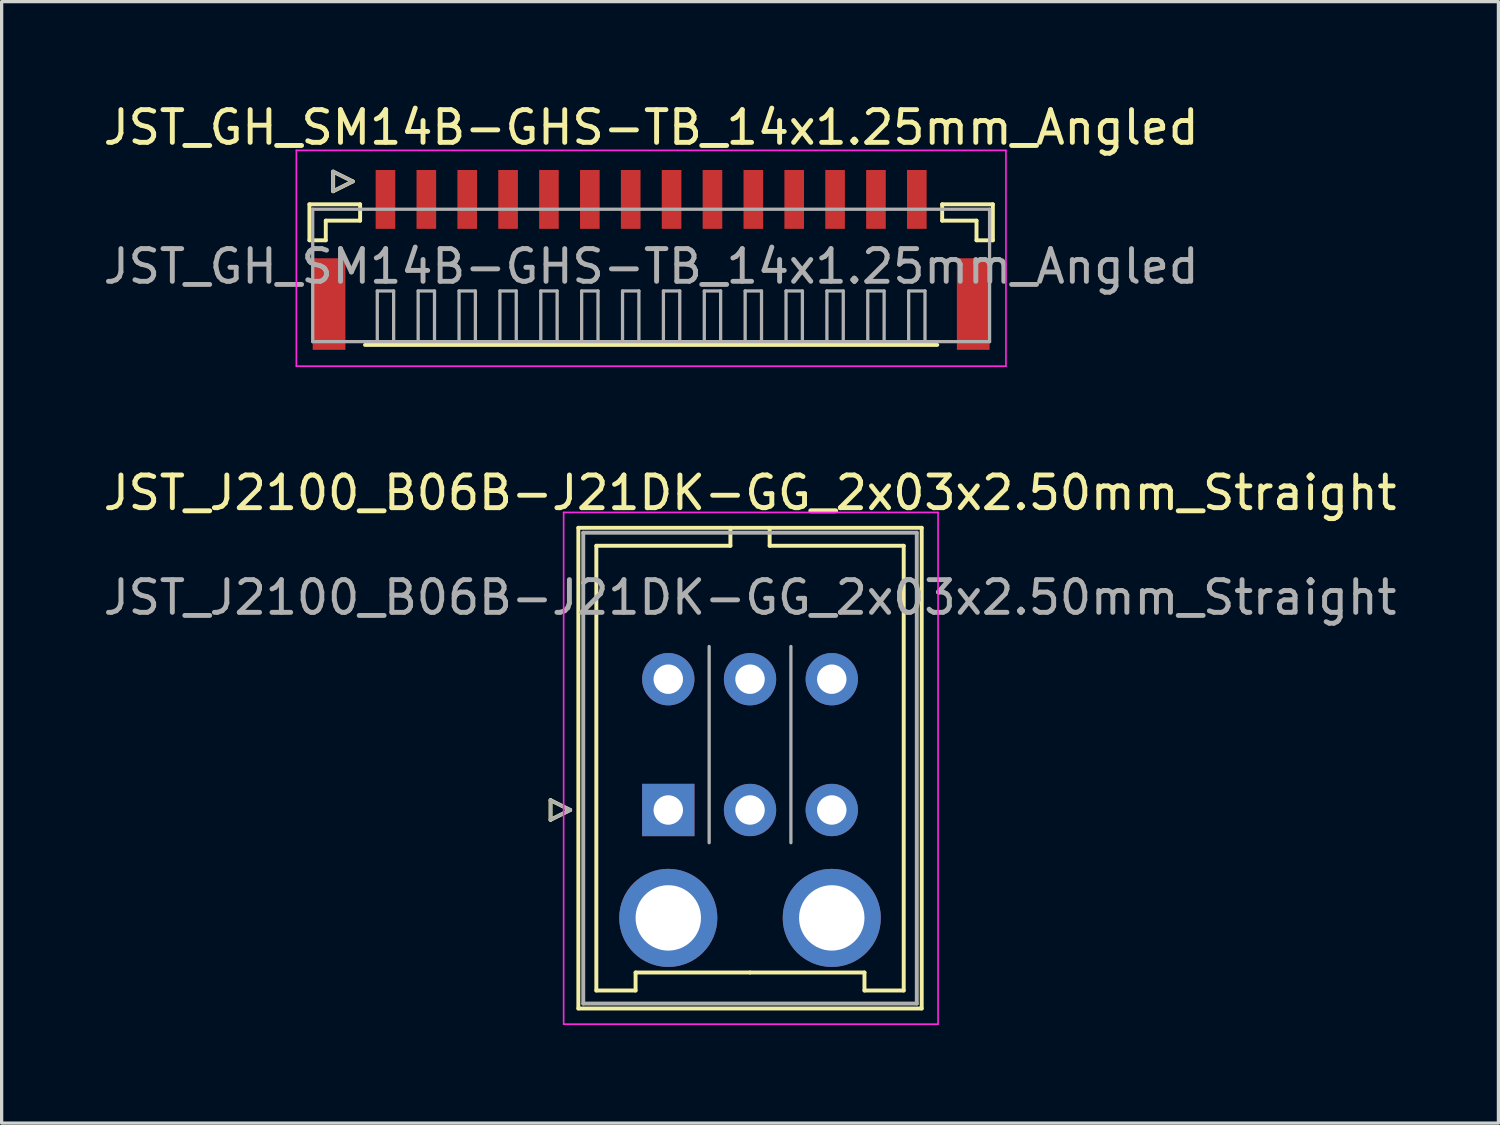
<source format=kicad_pcb>
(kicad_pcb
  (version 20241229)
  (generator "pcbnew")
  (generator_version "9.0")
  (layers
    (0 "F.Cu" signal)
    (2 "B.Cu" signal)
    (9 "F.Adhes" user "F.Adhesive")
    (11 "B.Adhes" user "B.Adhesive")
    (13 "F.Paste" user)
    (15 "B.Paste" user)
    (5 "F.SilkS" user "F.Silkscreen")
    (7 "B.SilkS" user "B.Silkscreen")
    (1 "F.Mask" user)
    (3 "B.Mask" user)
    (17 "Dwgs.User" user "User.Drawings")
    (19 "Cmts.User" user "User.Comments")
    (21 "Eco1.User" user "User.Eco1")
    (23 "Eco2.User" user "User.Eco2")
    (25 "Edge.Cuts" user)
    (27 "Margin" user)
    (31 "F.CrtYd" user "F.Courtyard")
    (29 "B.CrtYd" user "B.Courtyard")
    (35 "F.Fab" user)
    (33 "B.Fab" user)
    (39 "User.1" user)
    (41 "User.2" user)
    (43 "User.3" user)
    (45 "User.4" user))
  (footprint "JST_J2100_B06B-J21DK-GG_2x03x2.50mm_Straight"
    (layer "F.Cu")
    (at 17.387 21.721)
    (property "Reference" "JST_J2100_B06B-J21DK-GG_2x03x2.50mm_Straight" (at 2.5 -9.7 0) (layer "F.SilkS") (effects (font (size 1 1) (thickness 0.15))))
    (attr through_hole)
    (fp_line (start -3.6 -0.3) (end -3 0) (stroke (width 0.12) (type solid)) (layer "F.SilkS"))
    (fp_line (start -3.6 0.3) (end -3.6 -0.3) (stroke (width 0.12) (type solid)) (layer "F.SilkS"))
    (fp_line (start -3 0) (end -3.6 0.3) (stroke (width 0.12) (type solid)) (layer "F.SilkS"))
    (fp_line (start -2.75 -8.63) (end -2.75 6.07) (stroke (width 0.12) (type solid)) (layer "F.SilkS"))
    (fp_line (start -2.75 6.07) (end 7.75 6.07) (stroke (width 0.12) (type solid)) (layer "F.SilkS"))
    (fp_line (start -2.2 -8.08) (end -2.2 5.52) (stroke (width 0.12) (type solid)) (layer "F.SilkS"))
    (fp_line (start -2.2 5.52) (end -1 5.52) (stroke (width 0.12) (type solid)) (layer "F.SilkS"))
    (fp_line (start -1 4.97) (end 2.5 4.97) (stroke (width 0.12) (type solid)) (layer "F.SilkS"))
    (fp_line (start -1 5.52) (end -1 4.97) (stroke (width 0.12) (type solid)) (layer "F.SilkS"))
    (fp_line (start 1.9 -8.63) (end 1.9 -8.08) (stroke (width 0.12) (type solid)) (layer "F.SilkS"))
    (fp_line (start 1.9 -8.08) (end -2.2 -8.08) (stroke (width 0.12) (type solid)) (layer "F.SilkS"))
    (fp_line (start 3.1 -8.63) (end 3.1 -8.08) (stroke (width 0.12) (type solid)) (layer "F.SilkS"))
    (fp_line (start 3.1 -8.08) (end 7.2 -8.08) (stroke (width 0.12) (type solid)) (layer "F.SilkS"))
    (fp_line (start 6 4.97) (end 2.5 4.97) (stroke (width 0.12) (type solid)) (layer "F.SilkS"))
    (fp_line (start 6 5.52) (end 6 4.97) (stroke (width 0.12) (type solid)) (layer "F.SilkS"))
    (fp_line (start 7.2 -8.08) (end 7.2 5.52) (stroke (width 0.12) (type solid)) (layer "F.SilkS"))
    (fp_line (start 7.2 5.52) (end 6 5.52) (stroke (width 0.12) (type solid)) (layer "F.SilkS"))
    (fp_line (start 7.75 -8.63) (end -2.75 -8.63) (stroke (width 0.12) (type solid)) (layer "F.SilkS"))
    (fp_line (start 7.75 6.07) (end 7.75 -8.63) (stroke (width 0.12) (type solid)) (layer "F.SilkS"))
    (fp_line (start -3.2 -9.1) (end -3.2 6.55) (stroke (width 0.05) (type solid)) (layer "F.CrtYd"))
    (fp_line (start -3.2 6.55) (end 8.25 6.55) (stroke (width 0.05) (type solid)) (layer "F.CrtYd"))
    (fp_line (start 8.25 -9.1) (end -3.2 -9.1) (stroke (width 0.05) (type solid)) (layer "F.CrtYd"))
    (fp_line (start 8.25 6.55) (end 8.25 -9.1) (stroke (width 0.05) (type solid)) (layer "F.CrtYd"))
    (fp_line (start -3.6 -0.3) (end -3 0) (stroke (width 0.1) (type solid)) (layer "F.Fab"))
    (fp_line (start -3.6 0.3) (end -3.6 -0.3) (stroke (width 0.1) (type solid)) (layer "F.Fab"))
    (fp_line (start -3 0) (end -3.6 0.3) (stroke (width 0.1) (type solid)) (layer "F.Fab"))
    (fp_line (start -2.6 -8.48) (end -2.6 5.92) (stroke (width 0.12) (type solid)) (layer "F.Fab"))
    (fp_line (start -2.6 5.92) (end 7.6 5.92) (stroke (width 0.12) (type solid)) (layer "F.Fab"))
    (fp_line (start 1.25 1) (end 1.25 -5) (stroke (width 0.1) (type solid)) (layer "F.Fab"))
    (fp_line (start 3.75 1) (end 3.75 -5) (stroke (width 0.1) (type solid)) (layer "F.Fab"))
    (fp_line (start 7.6 -8.48) (end -2.6 -8.48) (stroke (width 0.12) (type solid)) (layer "F.Fab"))
    (fp_line (start 7.6 5.92) (end 7.6 -8.48) (stroke (width 0.12) (type solid)) (layer "F.Fab"))
    (fp_text user "${REFERENCE}" (at 2.5 -6.5 0) (layer "F.Fab") (effects (font (size 1 1) (thickness 0.15))))
    (pad "" thru_hole circle (at 0 3.3) (size 3 3) (drill 2) (layers "*.Cu" "*.Mask"))
    (pad "" thru_hole circle (at 5 3.3) (size 3 3) (drill 2) (layers "*.Cu" "*.Mask"))
    (pad "1" thru_hole rect (at 0 0) (size 1.6 1.6) (drill 0.9) (layers "*.Cu" "*.Mask"))
    (pad "2" thru_hole circle (at 0 -4) (size 1.6 1.6) (drill 0.9) (layers "*.Cu" "*.Mask"))
    (pad "3" thru_hole circle (at 2.5 0) (size 1.6 1.6) (drill 0.9) (layers "*.Cu" "*.Mask"))
    (pad "4" thru_hole circle (at 2.5 -4) (size 1.6 1.6) (drill 0.9) (layers "*.Cu" "*.Mask"))
    (pad "5" thru_hole circle (at 5 0) (size 1.6 1.6) (drill 0.9) (layers "*.Cu" "*.Mask"))
    (pad "6" thru_hole circle (at 5 -4) (size 1.6 1.6) (drill 0.9) (layers "*.Cu" "*.Mask")))
  (footprint "JST_GH_SM14B-GHS-TB_14x1.25mm_Angled"
    (layer "F.Cu")
    (at 16.863 4.648)
    (property "Reference" "JST_GH_SM14B-GHS-TB_14x1.25mm_Angled" (at 0 -3.8 0) (layer "F.SilkS") (effects (font (size 1 1) (thickness 0.15))))
    (attr smd)
    (fp_line (start -10.45 -1.45) (end -8.9 -1.45) (stroke (width 0.12) (type solid)) (layer "F.SilkS"))
    (fp_line (start -10.45 -0.35) (end -10.45 -1.45) (stroke (width 0.12) (type solid)) (layer "F.SilkS"))
    (fp_line (start -9.95 -0.95) (end -9.95 -0.35) (stroke (width 0.12) (type solid)) (layer "F.SilkS"))
    (fp_line (start -9.95 -0.35) (end -10.45 -0.35) (stroke (width 0.12) (type solid)) (layer "F.SilkS"))
    (fp_line (start -9.725 -2.45) (end -9.725 -1.85) (stroke (width 0.12) (type solid)) (layer "F.SilkS"))
    (fp_line (start -9.725 -1.85) (end -9.125 -2.15) (stroke (width 0.12) (type solid)) (layer "F.SilkS"))
    (fp_line (start -9.125 -2.15) (end -9.725 -2.45) (stroke (width 0.12) (type solid)) (layer "F.SilkS"))
    (fp_line (start -8.9 -1.45) (end -8.9 -0.95) (stroke (width 0.12) (type solid)) (layer "F.SilkS"))
    (fp_line (start -8.9 -0.95) (end -9.95 -0.95) (stroke (width 0.12) (type solid)) (layer "F.SilkS"))
    (fp_line (start -8.75 2.85) (end 8.75 2.85) (stroke (width 0.12) (type solid)) (layer "F.SilkS"))
    (fp_line (start 8.9 -1.45) (end 8.9 -0.95) (stroke (width 0.12) (type solid)) (layer "F.SilkS"))
    (fp_line (start 8.9 -0.95) (end 9.95 -0.95) (stroke (width 0.12) (type solid)) (layer "F.SilkS"))
    (fp_line (start 9.95 -0.95) (end 9.95 -0.35) (stroke (width 0.12) (type solid)) (layer "F.SilkS"))
    (fp_line (start 9.95 -0.35) (end 10.45 -0.35) (stroke (width 0.12) (type solid)) (layer "F.SilkS"))
    (fp_line (start 10.45 -1.45) (end 8.9 -1.45) (stroke (width 0.12) (type solid)) (layer "F.SilkS"))
    (fp_line (start 10.45 -0.35) (end 10.45 -1.45) (stroke (width 0.12) (type solid)) (layer "F.SilkS"))
    (fp_line (start -10.85 -3.1) (end -10.85 3.5) (stroke (width 0.05) (type solid)) (layer "F.CrtYd"))
    (fp_line (start -10.85 3.5) (end 10.85 3.5) (stroke (width 0.05) (type solid)) (layer "F.CrtYd"))
    (fp_line (start 10.85 -3.1) (end -10.85 -3.1) (stroke (width 0.05) (type solid)) (layer "F.CrtYd"))
    (fp_line (start 10.85 3.5) (end 10.85 -3.1) (stroke (width 0.05) (type solid)) (layer "F.CrtYd"))
    (fp_line (start -10.35 -1.3) (end -10.35 2.75) (stroke (width 0.1) (type solid)) (layer "F.Fab"))
    (fp_line (start -10.35 2.75) (end 10.35 2.75) (stroke (width 0.1) (type solid)) (layer "F.Fab"))
    (fp_line (start -9.725 -2.45) (end -9.725 -1.85) (stroke (width 0.1) (type solid)) (layer "F.Fab"))
    (fp_line (start -9.725 -1.85) (end -9.125 -2.15) (stroke (width 0.1) (type solid)) (layer "F.Fab"))
    (fp_line (start -9.125 -2.15) (end -9.725 -2.45) (stroke (width 0.1) (type solid)) (layer "F.Fab"))
    (fp_line (start -8.375 1.2) (end -7.875 1.2) (stroke (width 0.1) (type solid)) (layer "F.Fab"))
    (fp_line (start -8.375 2.7) (end -8.375 1.2) (stroke (width 0.1) (type solid)) (layer "F.Fab"))
    (fp_line (start -7.875 1.2) (end -7.875 2.7) (stroke (width 0.1) (type solid)) (layer "F.Fab"))
    (fp_line (start -7.125 1.2) (end -6.625 1.2) (stroke (width 0.1) (type solid)) (layer "F.Fab"))
    (fp_line (start -7.125 2.7) (end -7.125 1.2) (stroke (width 0.1) (type solid)) (layer "F.Fab"))
    (fp_line (start -6.625 1.2) (end -6.625 2.7) (stroke (width 0.1) (type solid)) (layer "F.Fab"))
    (fp_line (start -5.875 1.2) (end -5.375 1.2) (stroke (width 0.1) (type solid)) (layer "F.Fab"))
    (fp_line (start -5.875 2.7) (end -5.875 1.2) (stroke (width 0.1) (type solid)) (layer "F.Fab"))
    (fp_line (start -5.375 1.2) (end -5.375 2.7) (stroke (width 0.1) (type solid)) (layer "F.Fab"))
    (fp_line (start -4.625 1.2) (end -4.125 1.2) (stroke (width 0.1) (type solid)) (layer "F.Fab"))
    (fp_line (start -4.625 2.7) (end -4.625 1.2) (stroke (width 0.1) (type solid)) (layer "F.Fab"))
    (fp_line (start -4.125 1.2) (end -4.125 2.7) (stroke (width 0.1) (type solid)) (layer "F.Fab"))
    (fp_line (start -3.375 1.2) (end -2.875 1.2) (stroke (width 0.1) (type solid)) (layer "F.Fab"))
    (fp_line (start -3.375 2.7) (end -3.375 1.2) (stroke (width 0.1) (type solid)) (layer "F.Fab"))
    (fp_line (start -2.875 1.2) (end -2.875 2.7) (stroke (width 0.1) (type solid)) (layer "F.Fab"))
    (fp_line (start -2.125 1.2) (end -1.625 1.2) (stroke (width 0.1) (type solid)) (layer "F.Fab"))
    (fp_line (start -2.125 2.7) (end -2.125 1.2) (stroke (width 0.1) (type solid)) (layer "F.Fab"))
    (fp_line (start -1.625 1.2) (end -1.625 2.7) (stroke (width 0.1) (type solid)) (layer "F.Fab"))
    (fp_line (start -0.875 1.2) (end -0.375 1.2) (stroke (width 0.1) (type solid)) (layer "F.Fab"))
    (fp_line (start -0.875 2.7) (end -0.875 1.2) (stroke (width 0.1) (type solid)) (layer "F.Fab"))
    (fp_line (start -0.375 1.2) (end -0.375 2.7) (stroke (width 0.1) (type solid)) (layer "F.Fab"))
    (fp_line (start 0.375 1.2) (end 0.875 1.2) (stroke (width 0.1) (type solid)) (layer "F.Fab"))
    (fp_line (start 0.375 2.7) (end 0.375 1.2) (stroke (width 0.1) (type solid)) (layer "F.Fab"))
    (fp_line (start 0.875 1.2) (end 0.875 2.7) (stroke (width 0.1) (type solid)) (layer "F.Fab"))
    (fp_line (start 1.625 1.2) (end 2.125 1.2) (stroke (width 0.1) (type solid)) (layer "F.Fab"))
    (fp_line (start 1.625 2.7) (end 1.625 1.2) (stroke (width 0.1) (type solid)) (layer "F.Fab"))
    (fp_line (start 2.125 1.2) (end 2.125 2.7) (stroke (width 0.1) (type solid)) (layer "F.Fab"))
    (fp_line (start 2.875 1.2) (end 3.375 1.2) (stroke (width 0.1) (type solid)) (layer "F.Fab"))
    (fp_line (start 2.875 2.7) (end 2.875 1.2) (stroke (width 0.1) (type solid)) (layer "F.Fab"))
    (fp_line (start 3.375 1.2) (end 3.375 2.7) (stroke (width 0.1) (type solid)) (layer "F.Fab"))
    (fp_line (start 4.125 1.2) (end 4.625 1.2) (stroke (width 0.1) (type solid)) (layer "F.Fab"))
    (fp_line (start 4.125 2.7) (end 4.125 1.2) (stroke (width 0.1) (type solid)) (layer "F.Fab"))
    (fp_line (start 4.625 1.2) (end 4.625 2.7) (stroke (width 0.1) (type solid)) (layer "F.Fab"))
    (fp_line (start 5.375 1.2) (end 5.875 1.2) (stroke (width 0.1) (type solid)) (layer "F.Fab"))
    (fp_line (start 5.375 2.7) (end 5.375 1.2) (stroke (width 0.1) (type solid)) (layer "F.Fab"))
    (fp_line (start 5.875 1.2) (end 5.875 2.7) (stroke (width 0.1) (type solid)) (layer "F.Fab"))
    (fp_line (start 6.625 1.2) (end 7.125 1.2) (stroke (width 0.1) (type solid)) (layer "F.Fab"))
    (fp_line (start 6.625 2.7) (end 6.625 1.2) (stroke (width 0.1) (type solid)) (layer "F.Fab"))
    (fp_line (start 7.125 1.2) (end 7.125 2.7) (stroke (width 0.1) (type solid)) (layer "F.Fab"))
    (fp_line (start 7.875 1.2) (end 8.375 1.2) (stroke (width 0.1) (type solid)) (layer "F.Fab"))
    (fp_line (start 7.875 2.7) (end 7.875 1.2) (stroke (width 0.1) (type solid)) (layer "F.Fab"))
    (fp_line (start 8.375 1.2) (end 8.375 2.7) (stroke (width 0.1) (type solid)) (layer "F.Fab"))
    (fp_line (start 10.35 -1.3) (end -10.35 -1.3) (stroke (width 0.1) (type solid)) (layer "F.Fab"))
    (fp_line (start 10.35 2.75) (end 10.35 -1.3) (stroke (width 0.1) (type solid)) (layer "F.Fab"))
    (fp_text user "${REFERENCE}" (at 0 0.45 0) (layer "F.Fab") (effects (font (size 1 1) (thickness 0.15))))
    (pad "" smd rect (at -9.85 1.6) (size 1 2.8) (layers "F.Cu" "F.Mask" "F.Paste"))
    (pad "" smd rect (at 9.85 1.6) (size 1 2.8) (layers "F.Cu" "F.Mask" "F.Paste"))
    (pad "1" smd rect (at -8.125 -1.6) (size 0.6 1.8) (layers "F.Cu" "F.Mask" "F.Paste"))
    (pad "2" smd rect (at -6.875 -1.6) (size 0.6 1.8) (layers "F.Cu" "F.Mask" "F.Paste"))
    (pad "3" smd rect (at -5.625 -1.6) (size 0.6 1.8) (layers "F.Cu" "F.Mask" "F.Paste"))
    (pad "4" smd rect (at -4.375 -1.6) (size 0.6 1.8) (layers "F.Cu" "F.Mask" "F.Paste"))
    (pad "5" smd rect (at -3.125 -1.6) (size 0.6 1.8) (layers "F.Cu" "F.Mask" "F.Paste"))
    (pad "6" smd rect (at -1.875 -1.6) (size 0.6 1.8) (layers "F.Cu" "F.Mask" "F.Paste"))
    (pad "7" smd rect (at -0.625 -1.6) (size 0.6 1.8) (layers "F.Cu" "F.Mask" "F.Paste"))
    (pad "8" smd rect (at 0.625 -1.6) (size 0.6 1.8) (layers "F.Cu" "F.Mask" "F.Paste"))
    (pad "9" smd rect (at 1.875 -1.6) (size 0.6 1.8) (layers "F.Cu" "F.Mask" "F.Paste"))
    (pad "10" smd rect (at 3.125 -1.6) (size 0.6 1.8) (layers "F.Cu" "F.Mask" "F.Paste"))
    (pad "11" smd rect (at 4.375 -1.6) (size 0.6 1.8) (layers "F.Cu" "F.Mask" "F.Paste"))
    (pad "12" smd rect (at 5.625 -1.6) (size 0.6 1.8) (layers "F.Cu" "F.Mask" "F.Paste"))
    (pad "13" smd rect (at 6.875 -1.6) (size 0.6 1.8) (layers "F.Cu" "F.Mask" "F.Paste"))
    (pad "14" smd rect (at 8.125 -1.6) (size 0.6 1.8) (layers "F.Cu" "F.Mask" "F.Paste")))
  (gr_rect
    (start -3 -3)
    (end 42.774 31.297)
    (stroke (width 0.1) (type default))
    (fill no)
    (layer "Edge.Cuts")))
</source>
